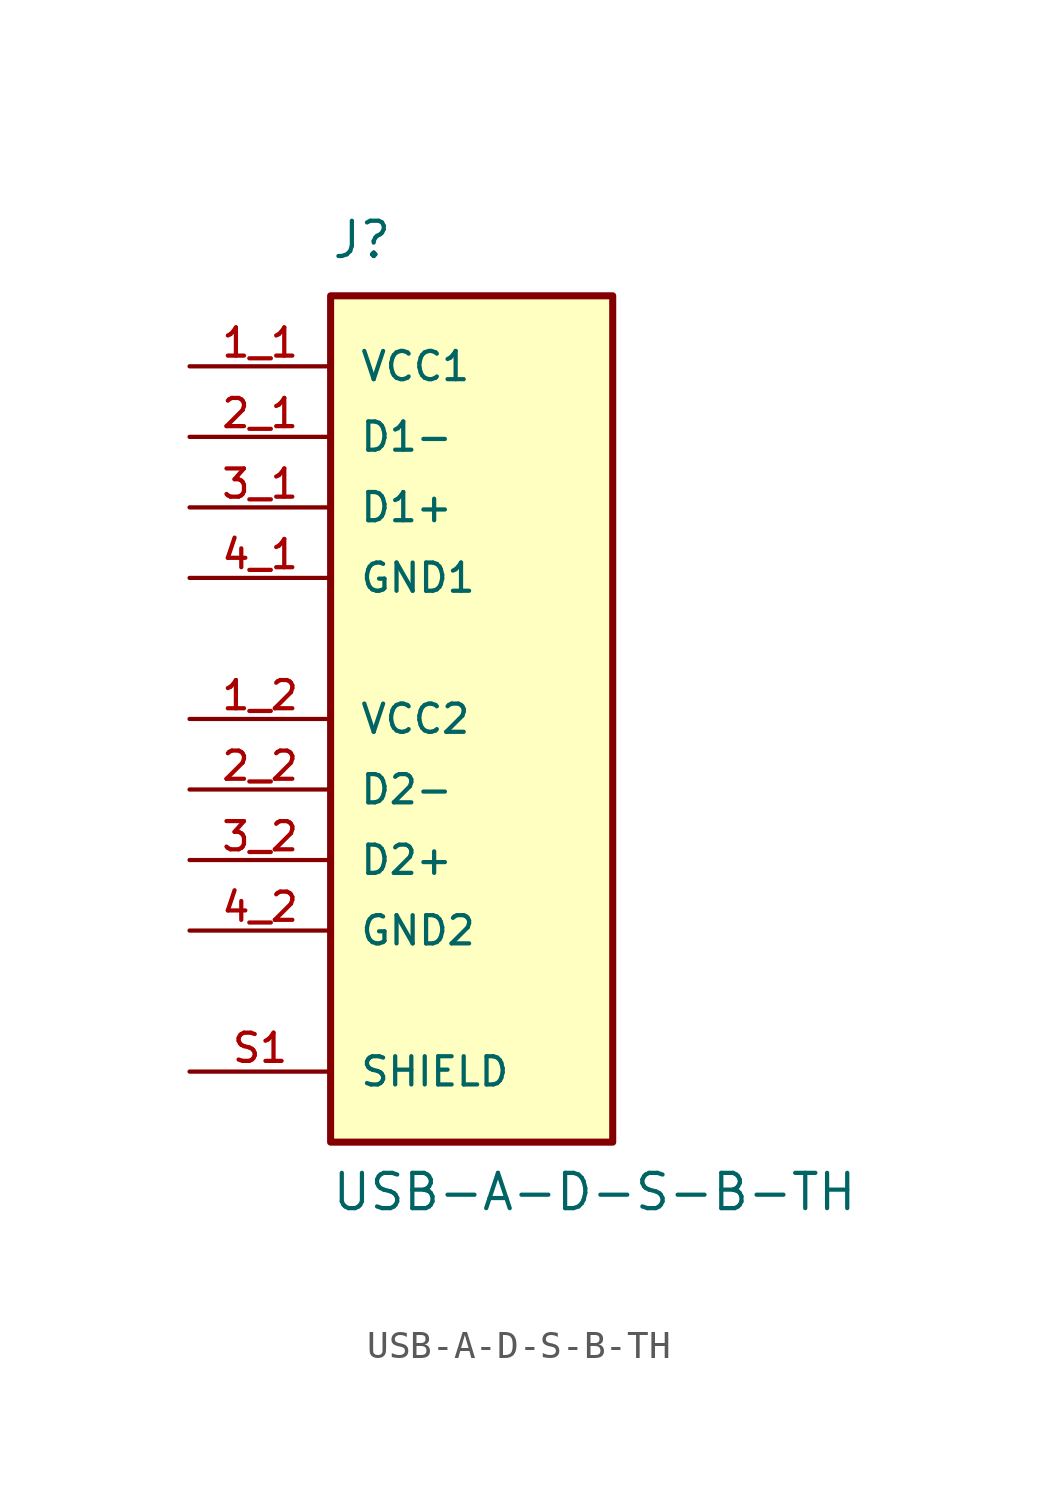
<source format=kicad_sym>
(kicad_symbol_lib
  (version 20211014)
  (generator kicad_symbol_editor)
  (symbol "USB-A-D-S-B-TH"
    (pin_names
      (offset 1.016))
    (property "Reference" "J"
      (at -5.08 16.51 0)
      (effects (font (size 1.27 1.27)) (justify bottom left)))
    (property "Value" "USB-A-D-S-B-TH"
      (at -5.08 -17.78 0)
      (effects (font (size 1.27 1.27)) (justify bottom left)))
    (symbol "USB-A-D-S-B-TH_0_0"
      (rectangle (start -5.08 -15.24) (end 5.08 15.24) (stroke (width 0.254)) (fill (type background)))
      (pin power_in line (at -10.16 12.7 0) (length 5.08) (name "VCC1" (effects (font (size 1.016 1.016)))) (number "1_1" (effects (font (size 1.016 1.016)))))
      (pin bidirectional line (at -10.16 10.16 0) (length 5.08) (name "D1-" (effects (font (size 1.016 1.016)))) (number "2_1" (effects (font (size 1.016 1.016)))))
      (pin bidirectional line (at -10.16 7.62 0) (length 5.08) (name "D1+" (effects (font (size 1.016 1.016)))) (number "3_1" (effects (font (size 1.016 1.016)))))
      (pin power_in line (at -10.16 5.08 0) (length 5.08) (name "GND1" (effects (font (size 1.016 1.016)))) (number "4_1" (effects (font (size 1.016 1.016)))))
      (pin passive line (at -10.16 -12.7 0) (length 5.08) (name "SHIELD" (effects (font (size 1.016 1.016)))) (number "S1" (effects (font (size 1.016 1.016)))))
      (pin passive line (at -10.16 -12.7 0) (length 5.08) hide (name "SHIELD" (effects (font (size 1.016 1.016)))) (number "S2" (effects (font (size 1.016 1.016)))))
      (pin passive line (at -10.16 -12.7 0) (length 5.08) hide (name "SHIELD" (effects (font (size 1.016 1.016)))) (number "S3" (effects (font (size 1.016 1.016)))))
      (pin passive line (at -10.16 -12.7 0) (length 5.08) hide (name "SHIELD" (effects (font (size 1.016 1.016)))) (number "S4" (effects (font (size 1.016 1.016)))))
      (pin power_in line (at -10.16 0.0 0) (length 5.08) (name "VCC2" (effects (font (size 1.016 1.016)))) (number "1_2" (effects (font (size 1.016 1.016)))))
      (pin bidirectional line (at -10.16 -2.54 0) (length 5.08) (name "D2-" (effects (font (size 1.016 1.016)))) (number "2_2" (effects (font (size 1.016 1.016)))))
      (pin bidirectional line (at -10.16 -5.08 0) (length 5.08) (name "D2+" (effects (font (size 1.016 1.016)))) (number "3_2" (effects (font (size 1.016 1.016)))))
      (pin power_in line (at -10.16 -7.62 0) (length 5.08) (name "GND2" (effects (font (size 1.016 1.016)))) (number "4_2" (effects (font (size 1.016 1.016))))))))
</source>
